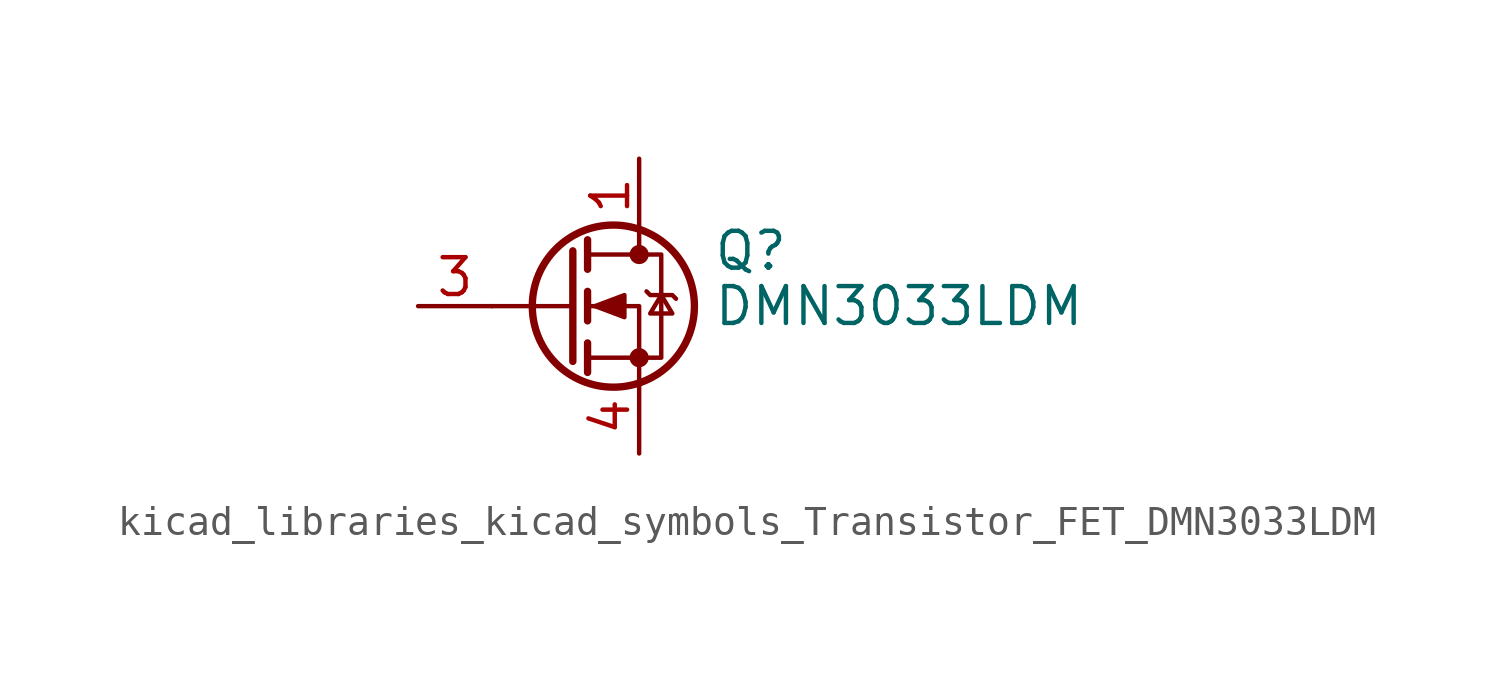
<source format=kicad_sym>
(kicad_symbol_lib
  (version 20220914)
  (generator kicad_symbol_editor)
  (symbol "kicad_libraries_kicad_symbols_Transistor_FET_DMN3033LDM"
    (pin_names hide)
    (property "Reference" "Q"
      (at 5.08 1.905 0)
      (effects (font (size 1.27 1.27)) (justify left)))
    (property "Value" "DMN3033LDM"
      (at 5.08 0 0)
      (effects (font (size 1.27 1.27)) (justify left)))
    (symbol "kicad_libraries_kicad_symbols_Transistor_FET_DMN3033LDM_0_1"
      (polyline (pts (xy 0.254 0) (xy -2.54 0)) (stroke (width 0) (type default)) (fill (type none)))
      (polyline (pts (xy 0.254 1.905) (xy 0.254 -1.905)) (stroke (width 0.254) (type default)) (fill (type none)))
      (polyline (pts (xy 0.762 -1.27) (xy 0.762 -2.286)) (stroke (width 0.254) (type default)) (fill (type none)))
      (polyline (pts (xy 0.762 0.508) (xy 0.762 -0.508)) (stroke (width 0.254) (type default)) (fill (type none)))
      (polyline (pts (xy 0.762 2.286) (xy 0.762 1.27)) (stroke (width 0.254) (type default)) (fill (type none)))
      (polyline (pts (xy 2.54 2.54) (xy 2.54 1.778)) (stroke (width 0) (type default)) (fill (type none)))
      (polyline (pts (xy 2.54 -2.54) (xy 2.54 0) (xy 0.762 0)) (stroke (width 0) (type default)) (fill (type none)))
      (polyline (pts (xy 0.762 -1.778) (xy 3.302 -1.778) (xy 3.302 1.778) (xy 0.762 1.778)) (stroke (width 0) (type default)) (fill (type none)))
      (polyline (pts (xy 1.016 0) (xy 2.032 0.381) (xy 2.032 -0.381) (xy 1.016 0)) (stroke (width 0) (type default)) (fill (type outline)))
      (polyline (pts (xy 2.794 0.508) (xy 2.921 0.381) (xy 3.683 0.381) (xy 3.81 0.254)) (stroke (width 0) (type default)) (fill (type none)))
      (polyline (pts (xy 3.302 0.381) (xy 2.921 -0.254) (xy 3.683 -0.254) (xy 3.302 0.381)) (stroke (width 0) (type default)) (fill (type none)))
      (circle (center 1.651 0) (radius 2.794) (stroke (width 0.254) (type default)) (fill (type none)))
      (circle (center 2.54 -1.778) (radius 0.254) (stroke (width 0) (type default)) (fill (type outline)))
      (circle (center 2.54 1.778) (radius 0.254) (stroke (width 0) (type default)) (fill (type outline))))
    (symbol "kicad_libraries_kicad_symbols_Transistor_FET_DMN3033LDM_1_1"
      (pin passive line (at 2.54 5.08 270) (length 2.54) (name "D" (effects (font (size 1.27 1.27)))) (number "1" (effects (font (size 1.27 1.27)))))
      (pin passive line (at 2.54 5.08 270) (length 2.54) hide (name "D" (effects (font (size 1.27 1.27)))) (number "2" (effects (font (size 1.27 1.27)))))
      (pin input line (at -5.08 0 0) (length 2.54) (name "G" (effects (font (size 1.27 1.27)))) (number "3" (effects (font (size 1.27 1.27)))))
      (pin passive line (at 2.54 -5.08 90) (length 2.54) (name "S" (effects (font (size 1.27 1.27)))) (number "4" (effects (font (size 1.27 1.27)))))
      (pin passive line (at 2.54 5.08 270) (length 2.54) hide (name "D" (effects (font (size 1.27 1.27)))) (number "5" (effects (font (size 1.27 1.27)))))
      (pin passive line (at 2.54 5.08 270) (length 2.54) hide (name "D" (effects (font (size 1.27 1.27)))) (number "6" (effects (font (size 1.27 1.27))))))))
</source>
